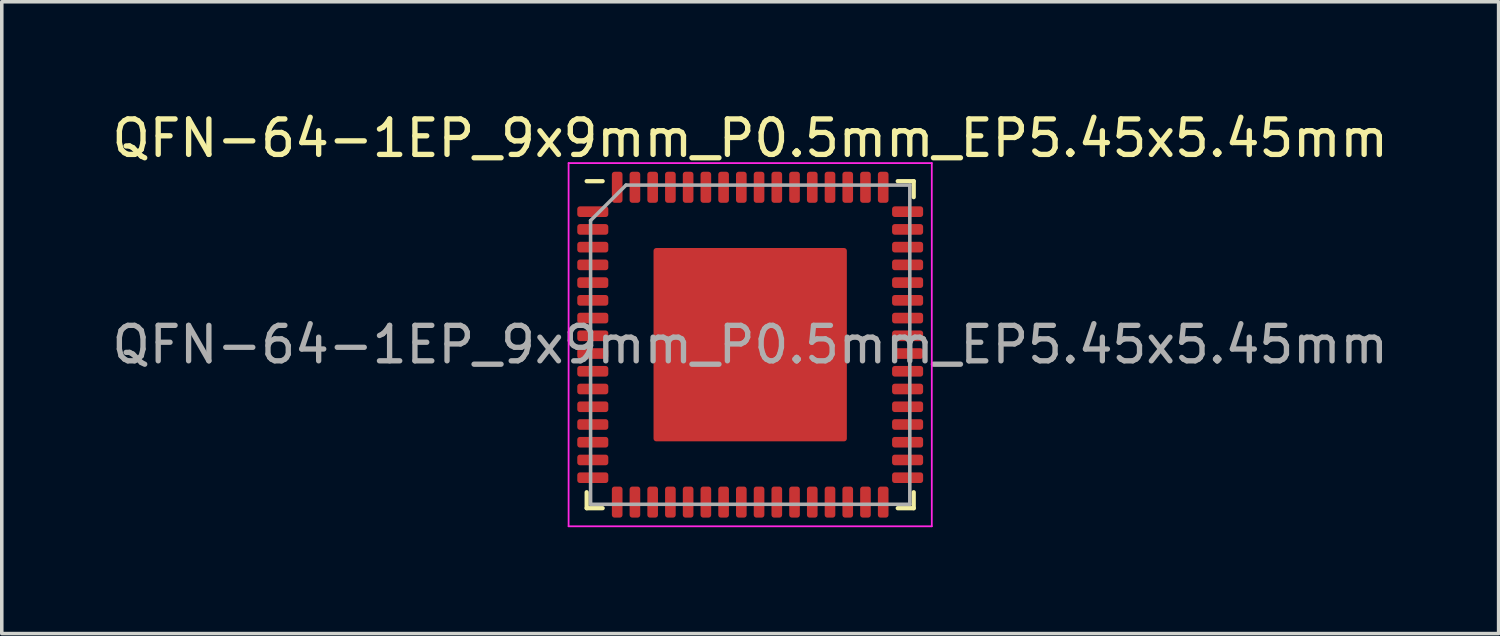
<source format=kicad_pcb>
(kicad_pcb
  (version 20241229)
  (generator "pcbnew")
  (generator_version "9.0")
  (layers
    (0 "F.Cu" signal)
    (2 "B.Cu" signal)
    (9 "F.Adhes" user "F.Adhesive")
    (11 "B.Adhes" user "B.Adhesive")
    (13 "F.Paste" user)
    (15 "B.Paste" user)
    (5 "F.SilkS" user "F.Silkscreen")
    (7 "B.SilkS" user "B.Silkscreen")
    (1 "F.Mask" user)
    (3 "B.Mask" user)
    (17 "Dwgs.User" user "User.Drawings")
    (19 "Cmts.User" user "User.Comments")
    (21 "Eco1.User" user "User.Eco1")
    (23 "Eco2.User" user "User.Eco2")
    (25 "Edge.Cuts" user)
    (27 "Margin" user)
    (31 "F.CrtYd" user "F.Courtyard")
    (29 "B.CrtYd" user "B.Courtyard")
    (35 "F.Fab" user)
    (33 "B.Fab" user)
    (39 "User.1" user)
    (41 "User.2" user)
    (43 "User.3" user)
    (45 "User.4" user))
  (footprint "QFN-64-1EP_9x9mm_P0.5mm_EP5.45x5.45mm"
    (layer "F.Cu")
    (at 18.101 6.668)
    (property "Reference" "QFN-64-1EP_9x9mm_P0.5mm_EP5.45x5.45mm" (at 0 -5.82 0) (layer "F.SilkS") (effects (font (size 1 1) (thickness 0.15))))
    (attr smd)
    (fp_line (start -4.61 4.61) (end -4.61 4.16) (stroke (width 0.12) (type solid)) (layer "F.SilkS"))
    (fp_line (start -4.16 -4.61) (end -4.61 -4.61) (stroke (width 0.12) (type solid)) (layer "F.SilkS"))
    (fp_line (start -4.16 4.61) (end -4.61 4.61) (stroke (width 0.12) (type solid)) (layer "F.SilkS"))
    (fp_line (start 4.16 -4.61) (end 4.61 -4.61) (stroke (width 0.12) (type solid)) (layer "F.SilkS"))
    (fp_line (start 4.16 4.61) (end 4.61 4.61) (stroke (width 0.12) (type solid)) (layer "F.SilkS"))
    (fp_line (start 4.61 -4.61) (end 4.61 -4.16) (stroke (width 0.12) (type solid)) (layer "F.SilkS"))
    (fp_line (start 4.61 4.61) (end 4.61 4.16) (stroke (width 0.12) (type solid)) (layer "F.SilkS"))
    (fp_line (start -5.12 -5.12) (end -5.12 5.12) (stroke (width 0.05) (type solid)) (layer "F.CrtYd"))
    (fp_line (start -5.12 5.12) (end 5.12 5.12) (stroke (width 0.05) (type solid)) (layer "F.CrtYd"))
    (fp_line (start 5.12 -5.12) (end -5.12 -5.12) (stroke (width 0.05) (type solid)) (layer "F.CrtYd"))
    (fp_line (start 5.12 5.12) (end 5.12 -5.12) (stroke (width 0.05) (type solid)) (layer "F.CrtYd"))
    (fp_line (start -4.5 -3.5) (end -3.5 -4.5) (stroke (width 0.1) (type solid)) (layer "F.Fab"))
    (fp_line (start -4.5 4.5) (end -4.5 -3.5) (stroke (width 0.1) (type solid)) (layer "F.Fab"))
    (fp_line (start -3.5 -4.5) (end 4.5 -4.5) (stroke (width 0.1) (type solid)) (layer "F.Fab"))
    (fp_line (start 4.5 -4.5) (end 4.5 4.5) (stroke (width 0.1) (type solid)) (layer "F.Fab"))
    (fp_line (start 4.5 4.5) (end -4.5 4.5) (stroke (width 0.1) (type solid)) (layer "F.Fab"))
    (fp_text user "${REFERENCE}" (at 0 0 0) (layer "F.Fab") (effects (font (size 1 1) (thickness 0.15))))
    (pad "" smd roundrect (at -2.04 -2.04) (size 1.1 1.1) (layers "F.Paste") (roundrect_rratio 0.227))
    (pad "" smd roundrect (at -2.04 -0.68) (size 1.1 1.1) (layers "F.Paste") (roundrect_rratio 0.227))
    (pad "" smd roundrect (at -2.04 0.68) (size 1.1 1.1) (layers "F.Paste") (roundrect_rratio 0.227))
    (pad "" smd roundrect (at -2.04 2.04) (size 1.1 1.1) (layers "F.Paste") (roundrect_rratio 0.227))
    (pad "" smd roundrect (at -0.68 -2.04) (size 1.1 1.1) (layers "F.Paste") (roundrect_rratio 0.227))
    (pad "" smd roundrect (at -0.68 -0.68) (size 1.1 1.1) (layers "F.Paste") (roundrect_rratio 0.227))
    (pad "" smd roundrect (at -0.68 0.68) (size 1.1 1.1) (layers "F.Paste") (roundrect_rratio 0.227))
    (pad "" smd roundrect (at -0.68 2.04) (size 1.1 1.1) (layers "F.Paste") (roundrect_rratio 0.227))
    (pad "" smd roundrect (at 0.68 -2.04) (size 1.1 1.1) (layers "F.Paste") (roundrect_rratio 0.227))
    (pad "" smd roundrect (at 0.68 -0.68) (size 1.1 1.1) (layers "F.Paste") (roundrect_rratio 0.227))
    (pad "" smd roundrect (at 0.68 0.68) (size 1.1 1.1) (layers "F.Paste") (roundrect_rratio 0.227))
    (pad "" smd roundrect (at 0.68 2.04) (size 1.1 1.1) (layers "F.Paste") (roundrect_rratio 0.227))
    (pad "" smd roundrect (at 2.04 -2.04) (size 1.1 1.1) (layers "F.Paste") (roundrect_rratio 0.227))
    (pad "" smd roundrect (at 2.04 -0.68) (size 1.1 1.1) (layers "F.Paste") (roundrect_rratio 0.227))
    (pad "" smd roundrect (at 2.04 0.68) (size 1.1 1.1) (layers "F.Paste") (roundrect_rratio 0.227))
    (pad "" smd roundrect (at 2.04 2.04) (size 1.1 1.1) (layers "F.Paste") (roundrect_rratio 0.227))
    (pad "1" smd roundrect (at -4.438 -3.75) (size 0.875 0.3) (layers "F.Cu" "F.Mask" "F.Paste") (roundrect_rratio 0.25))
    (pad "2" smd roundrect (at -4.438 -3.25) (size 0.875 0.3) (layers "F.Cu" "F.Mask" "F.Paste") (roundrect_rratio 0.25))
    (pad "3" smd roundrect (at -4.438 -2.75) (size 0.875 0.3) (layers "F.Cu" "F.Mask" "F.Paste") (roundrect_rratio 0.25))
    (pad "4" smd roundrect (at -4.438 -2.25) (size 0.875 0.3) (layers "F.Cu" "F.Mask" "F.Paste") (roundrect_rratio 0.25))
    (pad "5" smd roundrect (at -4.438 -1.75) (size 0.875 0.3) (layers "F.Cu" "F.Mask" "F.Paste") (roundrect_rratio 0.25))
    (pad "6" smd roundrect (at -4.438 -1.25) (size 0.875 0.3) (layers "F.Cu" "F.Mask" "F.Paste") (roundrect_rratio 0.25))
    (pad "7" smd roundrect (at -4.438 -0.75) (size 0.875 0.3) (layers "F.Cu" "F.Mask" "F.Paste") (roundrect_rratio 0.25))
    (pad "8" smd roundrect (at -4.438 -0.25) (size 0.875 0.3) (layers "F.Cu" "F.Mask" "F.Paste") (roundrect_rratio 0.25))
    (pad "9" smd roundrect (at -4.438 0.25) (size 0.875 0.3) (layers "F.Cu" "F.Mask" "F.Paste") (roundrect_rratio 0.25))
    (pad "10" smd roundrect (at -4.438 0.75) (size 0.875 0.3) (layers "F.Cu" "F.Mask" "F.Paste") (roundrect_rratio 0.25))
    (pad "11" smd roundrect (at -4.438 1.25) (size 0.875 0.3) (layers "F.Cu" "F.Mask" "F.Paste") (roundrect_rratio 0.25))
    (pad "12" smd roundrect (at -4.438 1.75) (size 0.875 0.3) (layers "F.Cu" "F.Mask" "F.Paste") (roundrect_rratio 0.25))
    (pad "13" smd roundrect (at -4.438 2.25) (size 0.875 0.3) (layers "F.Cu" "F.Mask" "F.Paste") (roundrect_rratio 0.25))
    (pad "14" smd roundrect (at -4.438 2.75) (size 0.875 0.3) (layers "F.Cu" "F.Mask" "F.Paste") (roundrect_rratio 0.25))
    (pad "15" smd roundrect (at -4.438 3.25) (size 0.875 0.3) (layers "F.Cu" "F.Mask" "F.Paste") (roundrect_rratio 0.25))
    (pad "16" smd roundrect (at -4.438 3.75) (size 0.875 0.3) (layers "F.Cu" "F.Mask" "F.Paste") (roundrect_rratio 0.25))
    (pad "17" smd roundrect (at -3.75 4.438) (size 0.3 0.875) (layers "F.Cu" "F.Mask" "F.Paste") (roundrect_rratio 0.25))
    (pad "18" smd roundrect (at -3.25 4.438) (size 0.3 0.875) (layers "F.Cu" "F.Mask" "F.Paste") (roundrect_rratio 0.25))
    (pad "19" smd roundrect (at -2.75 4.438) (size 0.3 0.875) (layers "F.Cu" "F.Mask" "F.Paste") (roundrect_rratio 0.25))
    (pad "20" smd roundrect (at -2.25 4.438) (size 0.3 0.875) (layers "F.Cu" "F.Mask" "F.Paste") (roundrect_rratio 0.25))
    (pad "21" smd roundrect (at -1.75 4.438) (size 0.3 0.875) (layers "F.Cu" "F.Mask" "F.Paste") (roundrect_rratio 0.25))
    (pad "22" smd roundrect (at -1.25 4.438) (size 0.3 0.875) (layers "F.Cu" "F.Mask" "F.Paste") (roundrect_rratio 0.25))
    (pad "23" smd roundrect (at -0.75 4.438) (size 0.3 0.875) (layers "F.Cu" "F.Mask" "F.Paste") (roundrect_rratio 0.25))
    (pad "24" smd roundrect (at -0.25 4.438) (size 0.3 0.875) (layers "F.Cu" "F.Mask" "F.Paste") (roundrect_rratio 0.25))
    (pad "25" smd roundrect (at 0.25 4.438) (size 0.3 0.875) (layers "F.Cu" "F.Mask" "F.Paste") (roundrect_rratio 0.25))
    (pad "26" smd roundrect (at 0.75 4.438) (size 0.3 0.875) (layers "F.Cu" "F.Mask" "F.Paste") (roundrect_rratio 0.25))
    (pad "27" smd roundrect (at 1.25 4.438) (size 0.3 0.875) (layers "F.Cu" "F.Mask" "F.Paste") (roundrect_rratio 0.25))
    (pad "28" smd roundrect (at 1.75 4.438) (size 0.3 0.875) (layers "F.Cu" "F.Mask" "F.Paste") (roundrect_rratio 0.25))
    (pad "29" smd roundrect (at 2.25 4.438) (size 0.3 0.875) (layers "F.Cu" "F.Mask" "F.Paste") (roundrect_rratio 0.25))
    (pad "30" smd roundrect (at 2.75 4.438) (size 0.3 0.875) (layers "F.Cu" "F.Mask" "F.Paste") (roundrect_rratio 0.25))
    (pad "31" smd roundrect (at 3.25 4.438) (size 0.3 0.875) (layers "F.Cu" "F.Mask" "F.Paste") (roundrect_rratio 0.25))
    (pad "32" smd roundrect (at 3.75 4.438) (size 0.3 0.875) (layers "F.Cu" "F.Mask" "F.Paste") (roundrect_rratio 0.25))
    (pad "33" smd roundrect (at 4.438 3.75) (size 0.875 0.3) (layers "F.Cu" "F.Mask" "F.Paste") (roundrect_rratio 0.25))
    (pad "34" smd roundrect (at 4.438 3.25) (size 0.875 0.3) (layers "F.Cu" "F.Mask" "F.Paste") (roundrect_rratio 0.25))
    (pad "35" smd roundrect (at 4.438 2.75) (size 0.875 0.3) (layers "F.Cu" "F.Mask" "F.Paste") (roundrect_rratio 0.25))
    (pad "36" smd roundrect (at 4.438 2.25) (size 0.875 0.3) (layers "F.Cu" "F.Mask" "F.Paste") (roundrect_rratio 0.25))
    (pad "37" smd roundrect (at 4.438 1.75) (size 0.875 0.3) (layers "F.Cu" "F.Mask" "F.Paste") (roundrect_rratio 0.25))
    (pad "38" smd roundrect (at 4.438 1.25) (size 0.875 0.3) (layers "F.Cu" "F.Mask" "F.Paste") (roundrect_rratio 0.25))
    (pad "39" smd roundrect (at 4.438 0.75) (size 0.875 0.3) (layers "F.Cu" "F.Mask" "F.Paste") (roundrect_rratio 0.25))
    (pad "40" smd roundrect (at 4.438 0.25) (size 0.875 0.3) (layers "F.Cu" "F.Mask" "F.Paste") (roundrect_rratio 0.25))
    (pad "41" smd roundrect (at 4.438 -0.25) (size 0.875 0.3) (layers "F.Cu" "F.Mask" "F.Paste") (roundrect_rratio 0.25))
    (pad "42" smd roundrect (at 4.438 -0.75) (size 0.875 0.3) (layers "F.Cu" "F.Mask" "F.Paste") (roundrect_rratio 0.25))
    (pad "43" smd roundrect (at 4.438 -1.25) (size 0.875 0.3) (layers "F.Cu" "F.Mask" "F.Paste") (roundrect_rratio 0.25))
    (pad "44" smd roundrect (at 4.438 -1.75) (size 0.875 0.3) (layers "F.Cu" "F.Mask" "F.Paste") (roundrect_rratio 0.25))
    (pad "45" smd roundrect (at 4.438 -2.25) (size 0.875 0.3) (layers "F.Cu" "F.Mask" "F.Paste") (roundrect_rratio 0.25))
    (pad "46" smd roundrect (at 4.438 -2.75) (size 0.875 0.3) (layers "F.Cu" "F.Mask" "F.Paste") (roundrect_rratio 0.25))
    (pad "47" smd roundrect (at 4.438 -3.25) (size 0.875 0.3) (layers "F.Cu" "F.Mask" "F.Paste") (roundrect_rratio 0.25))
    (pad "48" smd roundrect (at 4.438 -3.75) (size 0.875 0.3) (layers "F.Cu" "F.Mask" "F.Paste") (roundrect_rratio 0.25))
    (pad "49" smd roundrect (at 3.75 -4.438) (size 0.3 0.875) (layers "F.Cu" "F.Mask" "F.Paste") (roundrect_rratio 0.25))
    (pad "50" smd roundrect (at 3.25 -4.438) (size 0.3 0.875) (layers "F.Cu" "F.Mask" "F.Paste") (roundrect_rratio 0.25))
    (pad "51" smd roundrect (at 2.75 -4.438) (size 0.3 0.875) (layers "F.Cu" "F.Mask" "F.Paste") (roundrect_rratio 0.25))
    (pad "52" smd roundrect (at 2.25 -4.438) (size 0.3 0.875) (layers "F.Cu" "F.Mask" "F.Paste") (roundrect_rratio 0.25))
    (pad "53" smd roundrect (at 1.75 -4.438) (size 0.3 0.875) (layers "F.Cu" "F.Mask" "F.Paste") (roundrect_rratio 0.25))
    (pad "54" smd roundrect (at 1.25 -4.438) (size 0.3 0.875) (layers "F.Cu" "F.Mask" "F.Paste") (roundrect_rratio 0.25))
    (pad "55" smd roundrect (at 0.75 -4.438) (size 0.3 0.875) (layers "F.Cu" "F.Mask" "F.Paste") (roundrect_rratio 0.25))
    (pad "56" smd roundrect (at 0.25 -4.438) (size 0.3 0.875) (layers "F.Cu" "F.Mask" "F.Paste") (roundrect_rratio 0.25))
    (pad "57" smd roundrect (at -0.25 -4.438) (size 0.3 0.875) (layers "F.Cu" "F.Mask" "F.Paste") (roundrect_rratio 0.25))
    (pad "58" smd roundrect (at -0.75 -4.438) (size 0.3 0.875) (layers "F.Cu" "F.Mask" "F.Paste") (roundrect_rratio 0.25))
    (pad "59" smd roundrect (at -1.25 -4.438) (size 0.3 0.875) (layers "F.Cu" "F.Mask" "F.Paste") (roundrect_rratio 0.25))
    (pad "60" smd roundrect (at -1.75 -4.438) (size 0.3 0.875) (layers "F.Cu" "F.Mask" "F.Paste") (roundrect_rratio 0.25))
    (pad "61" smd roundrect (at -2.25 -4.438) (size 0.3 0.875) (layers "F.Cu" "F.Mask" "F.Paste") (roundrect_rratio 0.25))
    (pad "62" smd roundrect (at -2.75 -4.438) (size 0.3 0.875) (layers "F.Cu" "F.Mask" "F.Paste") (roundrect_rratio 0.25))
    (pad "63" smd roundrect (at -3.25 -4.438) (size 0.3 0.875) (layers "F.Cu" "F.Mask" "F.Paste") (roundrect_rratio 0.25))
    (pad "64" smd roundrect (at -3.75 -4.438) (size 0.3 0.875) (layers "F.Cu" "F.Mask" "F.Paste") (roundrect_rratio 0.25))
    (pad "65" smd roundrect (at 0 0) (size 5.45 5.45) (layers "F.Cu" "F.Mask") (roundrect_rratio 0.014)))
  (gr_rect
    (start -3 -3)
    (end 39.202 14.813)
    (stroke (width 0.1) (type default))
    (fill no)
    (layer "Edge.Cuts")))
</source>
